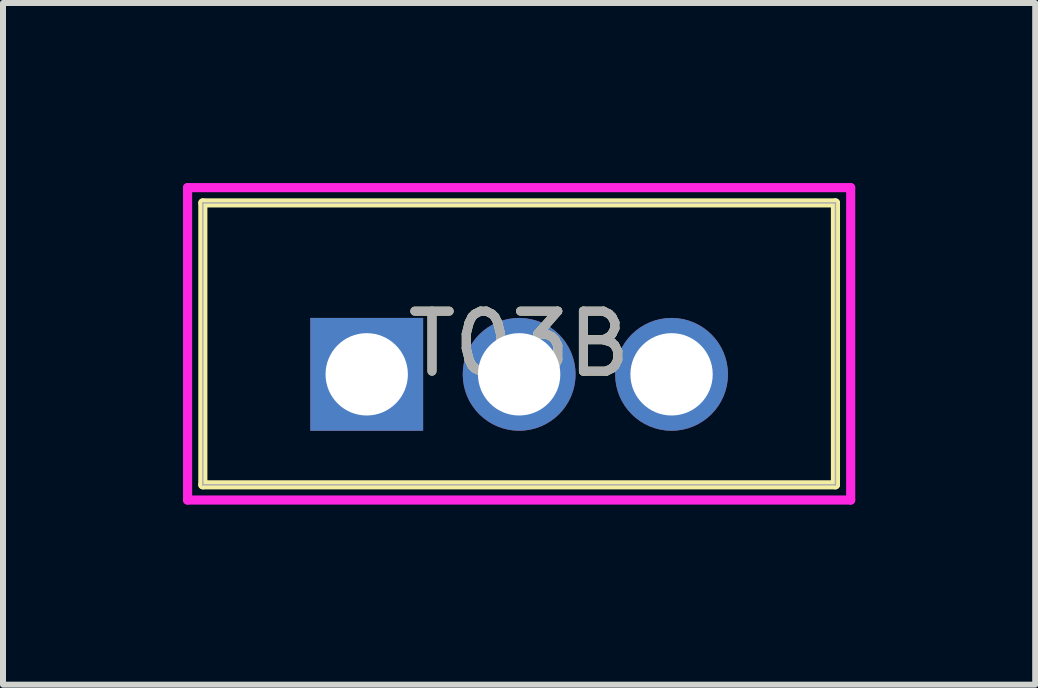
<source format=kicad_pcb>
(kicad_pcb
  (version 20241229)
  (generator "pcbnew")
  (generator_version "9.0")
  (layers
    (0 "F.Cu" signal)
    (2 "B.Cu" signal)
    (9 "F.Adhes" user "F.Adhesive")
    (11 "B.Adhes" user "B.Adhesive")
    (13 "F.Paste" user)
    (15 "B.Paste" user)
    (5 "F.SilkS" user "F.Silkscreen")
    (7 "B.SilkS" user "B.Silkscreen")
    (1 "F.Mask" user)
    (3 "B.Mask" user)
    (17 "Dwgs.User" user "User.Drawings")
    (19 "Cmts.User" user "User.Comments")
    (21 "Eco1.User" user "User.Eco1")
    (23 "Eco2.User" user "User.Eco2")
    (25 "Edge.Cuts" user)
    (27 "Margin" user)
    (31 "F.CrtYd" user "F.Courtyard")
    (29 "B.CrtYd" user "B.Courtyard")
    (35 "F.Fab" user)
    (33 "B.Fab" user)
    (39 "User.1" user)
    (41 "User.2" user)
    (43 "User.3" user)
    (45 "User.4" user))
  (footprint "T03B"
    (layer "F.Cu")
    (at 8.141 2.172)
    (property "Reference" "T03B" (at -2.54 0.508 0) (unlocked yes) (layer "F.SilkS") (effects (font (size 1 1) (thickness 0.15))))
    (attr through_hole)
    (fp_line (start -7.811 -1.841) (end -7.811 2.857) (stroke (width 0.152) (type solid)) (layer "F.SilkS"))
    (fp_line (start -7.811 2.857) (end 2.731 2.857) (stroke (width 0.152) (type solid)) (layer "F.SilkS"))
    (fp_line (start 2.731 -1.841) (end -7.811 -1.841) (stroke (width 0.152) (type solid)) (layer "F.SilkS"))
    (fp_line (start 2.731 2.857) (end 2.731 -1.841) (stroke (width 0.152) (type solid)) (layer "F.SilkS"))
    (fp_line (start -8.065 -2.095) (end 2.985 -2.095) (stroke (width 0.152) (type solid)) (layer "F.CrtYd"))
    (fp_line (start -8.065 3.111) (end -8.065 -2.095) (stroke (width 0.152) (type solid)) (layer "F.CrtYd"))
    (fp_line (start 2.985 -2.095) (end 2.985 3.111) (stroke (width 0.152) (type solid)) (layer "F.CrtYd"))
    (fp_line (start 2.985 3.111) (end -8.065 3.111) (stroke (width 0.152) (type solid)) (layer "F.CrtYd"))
    (fp_line (start -7.811 -1.841) (end -7.811 2.857) (stroke (width 0.025) (type solid)) (layer "F.Fab"))
    (fp_line (start -7.811 2.857) (end 2.731 2.857) (stroke (width 0.025) (type solid)) (layer "F.Fab"))
    (fp_line (start 2.731 -1.841) (end -7.811 -1.841) (stroke (width 0.025) (type solid)) (layer "F.Fab"))
    (fp_line (start 2.731 2.857) (end 2.731 -1.841) (stroke (width 0.025) (type solid)) (layer "F.Fab"))
    (fp_text user "${REFERENCE}" (at -2.54 0.508 0) (unlocked yes) (layer "F.Fab") (effects (font (size 1 1) (thickness 0.15))))
    (pad "1" thru_hole rect (at -5.08 1.016) (size 1.88 1.88) (drill 1.372) (layers "*.Cu" "*.Mask"))
    (pad "2" thru_hole circle (at -2.54 1.016) (size 1.88 1.88) (drill 1.372) (layers "*.Cu" "*.Mask"))
    (pad "3" thru_hole circle (at 0 1.016) (size 1.88 1.88) (drill 1.372) (layers "*.Cu" "*.Mask")))
  (gr_rect
    (start -3 -3)
    (end 14.201 8.359)
    (stroke (width 0.1) (type default))
    (fill no)
    (layer "Edge.Cuts")))
</source>
